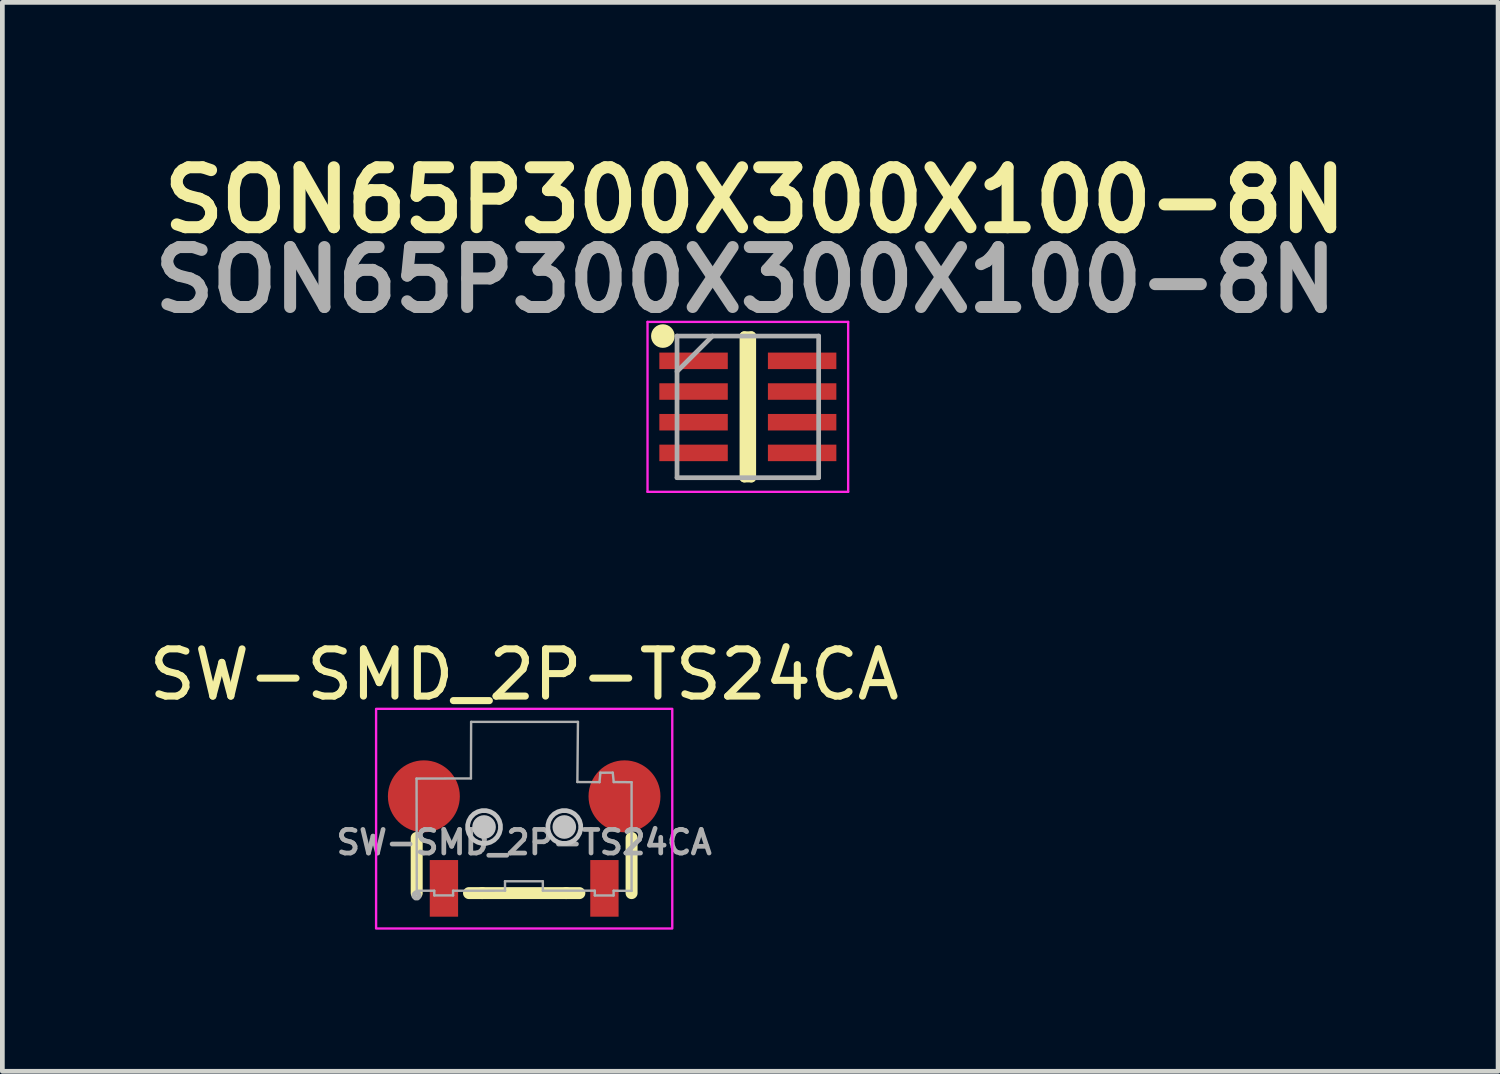
<source format=kicad_pcb>
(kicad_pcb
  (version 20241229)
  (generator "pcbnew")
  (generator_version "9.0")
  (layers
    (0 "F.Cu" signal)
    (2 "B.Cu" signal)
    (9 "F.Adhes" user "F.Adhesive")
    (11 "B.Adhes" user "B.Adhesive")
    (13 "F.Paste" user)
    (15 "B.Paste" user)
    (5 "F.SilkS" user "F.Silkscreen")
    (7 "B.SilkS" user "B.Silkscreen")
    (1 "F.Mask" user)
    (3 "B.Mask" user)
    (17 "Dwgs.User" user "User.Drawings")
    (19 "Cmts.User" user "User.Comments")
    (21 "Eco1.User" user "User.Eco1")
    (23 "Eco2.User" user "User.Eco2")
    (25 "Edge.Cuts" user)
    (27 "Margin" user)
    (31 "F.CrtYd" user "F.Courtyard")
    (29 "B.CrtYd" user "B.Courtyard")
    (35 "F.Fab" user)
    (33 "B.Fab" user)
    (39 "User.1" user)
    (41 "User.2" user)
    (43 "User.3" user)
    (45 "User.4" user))
  (footprint "SON65P300X300X100-8N"
    (layer "F.Cu")
    (at 12.792 5.569)
    (property "Reference" "SON65P300X300X100-8N" (at 0.15 -4.38 0) (layer "F.SilkS") (effects (font (size 1.27 1.27) (thickness 0.254))))
    (attr smd)
    (fp_line (start -0.075 -1.5) (end 0.075 -1.5) (stroke (width 0.2) (type solid)) (layer "F.SilkS"))
    (fp_line (start -0.075 1.5) (end -0.075 -1.5) (stroke (width 0.2) (type solid)) (layer "F.SilkS"))
    (fp_line (start 0.075 -1.5) (end 0.075 1.5) (stroke (width 0.2) (type solid)) (layer "F.SilkS"))
    (fp_line (start 0.075 1.5) (end -0.075 1.5) (stroke (width 0.2) (type solid)) (layer "F.SilkS"))
    (fp_circle (center -1.8 -1.5) (end -1.8 -1.375) (stroke (width 0.25) (type solid)) (fill no) (layer "F.SilkS"))
    (fp_line (start -2.125 -1.8) (end 2.125 -1.8) (stroke (width 0.05) (type solid)) (layer "F.CrtYd"))
    (fp_line (start -2.125 1.8) (end -2.125 -1.8) (stroke (width 0.05) (type solid)) (layer "F.CrtYd"))
    (fp_line (start 2.125 -1.8) (end 2.125 1.8) (stroke (width 0.05) (type solid)) (layer "F.CrtYd"))
    (fp_line (start 2.125 1.8) (end -2.125 1.8) (stroke (width 0.05) (type solid)) (layer "F.CrtYd"))
    (fp_line (start -1.5 -1.5) (end 1.5 -1.5) (stroke (width 0.1) (type solid)) (layer "F.Fab"))
    (fp_line (start -1.5 -0.75) (end -0.75 -1.5) (stroke (width 0.1) (type solid)) (layer "F.Fab"))
    (fp_line (start -1.5 1.5) (end -1.5 -1.5) (stroke (width 0.1) (type solid)) (layer "F.Fab"))
    (fp_line (start 1.5 -1.5) (end 1.5 1.5) (stroke (width 0.1) (type solid)) (layer "F.Fab"))
    (fp_line (start 1.5 1.5) (end -1.5 1.5) (stroke (width 0.1) (type solid)) (layer "F.Fab"))
    (fp_text user "${REFERENCE}" (at -0.05 -2.69 0) (layer "F.Fab") (effects (font (size 1.27 1.27) (thickness 0.254))))
    (pad "1" smd rect (at -1.15 -0.975 90) (size 0.35 1.45) (layers "F.Cu" "F.Mask" "F.Paste"))
    (pad "2" smd rect (at -1.15 -0.325 90) (size 0.35 1.45) (layers "F.Cu" "F.Mask" "F.Paste"))
    (pad "3" smd rect (at -1.15 0.325 90) (size 0.35 1.45) (layers "F.Cu" "F.Mask" "F.Paste"))
    (pad "4" smd rect (at -1.15 0.975 90) (size 0.35 1.45) (layers "F.Cu" "F.Mask" "F.Paste"))
    (pad "5" smd rect (at 1.15 0.975 90) (size 0.35 1.45) (layers "F.Cu" "F.Mask" "F.Paste"))
    (pad "6" smd rect (at 1.15 0.325 90) (size 0.35 1.45) (layers "F.Cu" "F.Mask" "F.Paste"))
    (pad "7" smd rect (at 1.15 -0.325 90) (size 0.35 1.45) (layers "F.Cu" "F.Mask" "F.Paste"))
    (pad "8" smd rect (at 1.15 -0.975 90) (size 0.35 1.45) (layers "F.Cu" "F.Mask" "F.Paste")))
  (footprint "SW-SMD_2P-TS24CA"
    (layer "F.Cu")
    (at 8.054 14.794)
    (property "Reference" "SW-SMD_2P-TS24CA" (at 0 -3.553 0) (layer "F.SilkS") (effects (font (size 1 1) (thickness 0.15))))
    (fp_line (start -2.277 -0.094) (end -2.277 1.075) (stroke (width 0.254) (type default)) (layer "F.SilkS"))
    (fp_line (start -0.889 1.075) (end -1.169 1.075) (stroke (width 0.254) (type default)) (layer "F.SilkS"))
    (fp_line (start -0.889 1.075) (end 0.889 1.075) (stroke (width 0.254) (type default)) (layer "F.SilkS"))
    (fp_line (start 0.889 1.075) (end 1.169 1.075) (stroke (width 0.254) (type default)) (layer "F.SilkS"))
    (fp_line (start 2.275 -0.094) (end 2.275 1.075) (stroke (width 0.254) (type default)) (layer "F.SilkS"))
    (fp_circle (center -0.85 -0.325) (end -0.725 -0.325) (stroke (width 0.25) (type default)) (fill no) (layer "Dwgs.User"))
    (fp_circle (center 0.85 -0.325) (end 0.975 -0.325) (stroke (width 0.25) (type default)) (fill no) (layer "Dwgs.User"))
    (fp_poly (pts (xy -0.503 -0.371) (xy -0.527 -0.459) (xy -0.572 -0.538) (xy -0.637 -0.603) (xy -0.716 -0.648) (xy -0.804 -0.672) (xy -0.896 -0.672) (xy -0.984 -0.648) (xy -1.063 -0.603) (xy -1.128 -0.538) (xy -1.173 -0.459) (xy -1.197 -0.371) (xy -1.197 -0.279) (xy -1.173 -0.191) (xy -1.128 -0.112) (xy -1.063 -0.047) (xy -0.984 -0.002) (xy -0.896 0.022) (xy -0.804 0.022) (xy -0.716 -0.002) (xy -0.637 -0.047) (xy -0.572 -0.112) (xy -0.527 -0.191) (xy -0.503 -0.279)) (stroke (width 0.1) (type solid)) (fill no) (layer "Dwgs.User"))
    (fp_poly (pts (xy 1.197 -0.371) (xy 1.173 -0.459) (xy 1.128 -0.538) (xy 1.063 -0.603) (xy 0.984 -0.648) (xy 0.896 -0.672) (xy 0.804 -0.672) (xy 0.716 -0.648) (xy 0.637 -0.603) (xy 0.572 -0.538) (xy 0.527 -0.459) (xy 0.503 -0.371) (xy 0.503 -0.279) (xy 0.527 -0.191) (xy 0.572 -0.112) (xy 0.637 -0.047) (xy 0.716 -0.002) (xy 0.804 0.022) (xy 0.896 0.022) (xy 0.984 -0.002) (xy 1.063 -0.047) (xy 1.128 -0.112) (xy 1.173 -0.191) (xy 1.197 -0.279)) (stroke (width 0.1) (type solid)) (fill no) (layer "Dwgs.User"))
    (fp_rect (start -3.137 -2.828) (end 3.137 1.825) (stroke (width 0.05) (type default)) (fill no) (layer "F.CrtYd"))
    (fp_line (start -2.28 -1.351) (end -2.275 1.025) (stroke (width 0.051) (type default)) (layer "F.Fab"))
    (fp_line (start -2.275 1.025) (end -1.905 1.025) (stroke (width 0.051) (type default)) (layer "F.Fab"))
    (fp_line (start -1.905 1.025) (end -1.904 1.124) (stroke (width 0.051) (type default)) (layer "F.Fab"))
    (fp_line (start -1.904 1.124) (end -1.506 1.124) (stroke (width 0.051) (type default)) (layer "F.Fab"))
    (fp_line (start -1.506 1.124) (end -1.506 1.025) (stroke (width 0.051) (type default)) (layer "F.Fab"))
    (fp_line (start -1.506 1.025) (end -0.406 1.024) (stroke (width 0.051) (type default)) (layer "F.Fab"))
    (fp_line (start -1.128 -1.354) (end -2.28 -1.351) (stroke (width 0.051) (type default)) (layer "F.Fab"))
    (fp_line (start -1.124 -2.552) (end -1.128 -1.354) (stroke (width 0.051) (type default)) (layer "F.Fab"))
    (fp_line (start -0.406 1.024) (end -0.406 0.824) (stroke (width 0.051) (type default)) (layer "F.Fab"))
    (fp_line (start -0.406 1.024) (end -0.406 1.024) (stroke (width 0.051) (type default)) (layer "F.Fab"))
    (fp_line (start -0.406 0.824) (end 0.395 0.825) (stroke (width 0.051) (type default)) (layer "F.Fab"))
    (fp_line (start 0.395 0.825) (end 0.396 1.024) (stroke (width 0.051) (type default)) (layer "F.Fab"))
    (fp_line (start 0.396 1.024) (end 1.496 1.024) (stroke (width 0.051) (type default)) (layer "F.Fab"))
    (fp_line (start 1.127 -1.278) (end 1.139 -2.552) (stroke (width 0.051) (type default)) (layer "F.Fab"))
    (fp_line (start 1.139 -2.552) (end -1.124 -2.552) (stroke (width 0.051) (type default)) (layer "F.Fab"))
    (fp_line (start 1.496 1.024) (end 1.496 1.125) (stroke (width 0.051) (type default)) (layer "F.Fab"))
    (fp_line (start 1.496 1.125) (end 1.894 1.125) (stroke (width 0.051) (type default)) (layer "F.Fab"))
    (fp_line (start 1.595 -1.275) (end 1.127 -1.278) (stroke (width 0.051) (type default)) (layer "F.Fab"))
    (fp_line (start 1.615 -1.475) (end 1.595 -1.275) (stroke (width 0.051) (type default)) (layer "F.Fab"))
    (fp_line (start 1.876 -1.476) (end 1.615 -1.475) (stroke (width 0.051) (type default)) (layer "F.Fab"))
    (fp_line (start 1.894 1.125) (end 1.895 1.025) (stroke (width 0.051) (type default)) (layer "F.Fab"))
    (fp_line (start 1.895 1.025) (end 2.275 1.028) (stroke (width 0.051) (type default)) (layer "F.Fab"))
    (fp_line (start 1.897 -1.277) (end 1.876 -1.476) (stroke (width 0.051) (type default)) (layer "F.Fab"))
    (fp_line (start 2.275 -1.274) (end 1.897 -1.277) (stroke (width 0.051) (type default)) (layer "F.Fab"))
    (fp_line (start 2.275 1.028) (end 2.275 -1.274) (stroke (width 0.051) (type default)) (layer "F.Fab"))
    (fp_poly (pts (xy -2.225 1.102) (xy -2.257 1.07) (xy -2.303 1.07) (xy -2.335 1.102) (xy -2.335 1.148) (xy -2.303 1.18) (xy -2.257 1.18) (xy -2.225 1.148)) (stroke (width 0.1) (type default)) (fill no) (layer "F.Fab"))
    (fp_poly (pts (xy -1.525 1.125) (xy -1.875 1.125) (xy -1.875 0.375) (xy -1.525 0.375)) (stroke (width 0.1) (type default)) (fill no) (layer "User.1"))
    (fp_poly (pts (xy 1.875 1.125) (xy 1.525 1.125) (xy 1.525 0.375) (xy 1.875 0.375)) (stroke (width 0.1) (type default)) (fill no) (layer "User.1"))
    (fp_poly (pts (xy -2.276 -0.275) (xy -2.276 -1.275) (xy -1.601 -1.275) (xy -1.601 -1.165) (xy -2.166 -1.165) (xy -2.166 -0.275)) (stroke (width 0.1) (type default)) (fill no) (layer "User.1"))
    (fp_poly (pts (xy 2.275 -0.275) (xy 2.275 -1.275) (xy 1.6 -1.275) (xy 1.6 -1.165) (xy 2.165 -1.165) (xy 2.165 -0.275)) (stroke (width 0.1) (type default)) (fill no) (layer "User.1"))
    (fp_text user "${REFERENCE}" (at 0 0 0) (layer "F.Fab") (effects (font (size 0.5 0.5) (thickness 0.1))))
    (pad "1" smd rect (at -1.7 0.975 180) (size 0.6 1.2) (layers "F.Cu" "F.Mask" "F.Paste"))
    (pad "2" smd rect (at 1.7 0.975 180) (size 0.6 1.2) (layers "F.Cu" "F.Mask" "F.Paste"))
    (pad "3" smd circle (at 2.125 -0.975) (size 1.524 1.524) (layers "F.Cu" "F.Mask" "F.Paste"))
    (pad "4" smd circle (at -2.125 -0.975) (size 1.524 1.524) (layers "F.Cu" "F.Mask" "F.Paste")))
  (gr_rect
    (start -3 -3)
    (end 28.685 19.644)
    (stroke (width 0.1) (type default))
    (fill no)
    (layer "Edge.Cuts")))
</source>
